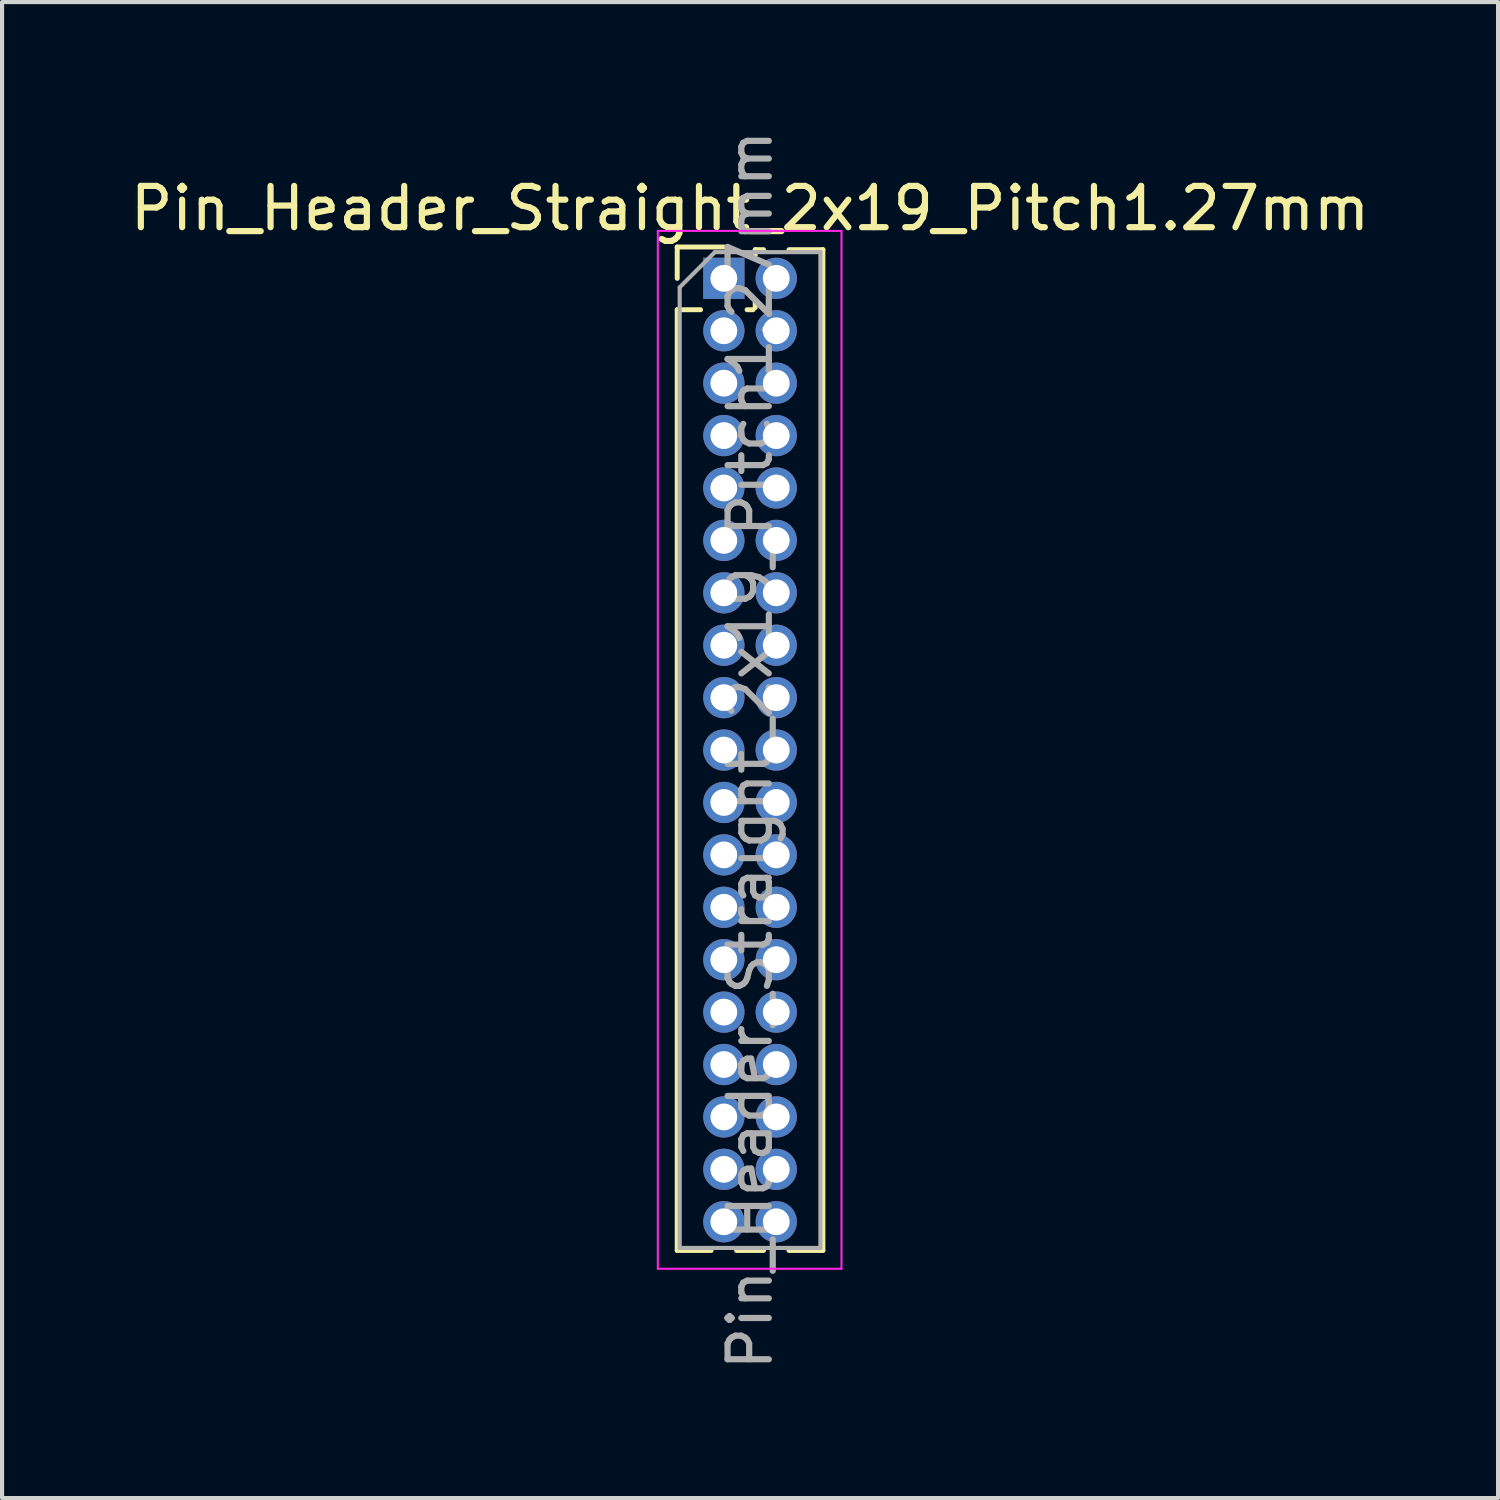
<source format=kicad_pcb>
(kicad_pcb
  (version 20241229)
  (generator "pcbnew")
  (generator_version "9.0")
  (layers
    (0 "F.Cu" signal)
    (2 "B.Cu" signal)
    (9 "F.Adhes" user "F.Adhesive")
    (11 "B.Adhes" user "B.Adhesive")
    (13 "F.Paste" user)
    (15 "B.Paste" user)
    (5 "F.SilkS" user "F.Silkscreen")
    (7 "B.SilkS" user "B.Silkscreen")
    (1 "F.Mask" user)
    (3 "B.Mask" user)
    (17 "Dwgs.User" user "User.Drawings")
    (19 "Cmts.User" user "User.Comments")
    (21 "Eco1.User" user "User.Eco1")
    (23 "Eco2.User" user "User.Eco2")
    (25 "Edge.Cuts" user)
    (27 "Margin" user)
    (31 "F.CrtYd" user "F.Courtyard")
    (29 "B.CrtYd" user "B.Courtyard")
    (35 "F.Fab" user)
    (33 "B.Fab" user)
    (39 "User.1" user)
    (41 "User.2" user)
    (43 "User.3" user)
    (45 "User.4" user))
  (footprint "Pin_Header_Straight_2x19_Pitch1.27mm"
    (layer "F.Cu")
    (at 14.49 3.695)
    (property "Reference" "Pin_Header_Straight_2x19_Pitch1.27mm" (at 0.635 -1.695 0) (layer "F.SilkS") (effects (font (size 1 1) (thickness 0.15))))
    (attr through_hole)
    (fp_line (start -1.13 -0.76) (end 0 -0.76) (stroke (width 0.12) (type solid)) (layer "F.SilkS"))
    (fp_line (start -1.13 0) (end -1.13 -0.76) (stroke (width 0.12) (type solid)) (layer "F.SilkS"))
    (fp_line (start -1.13 0.76) (end -1.13 23.555) (stroke (width 0.12) (type solid)) (layer "F.SilkS"))
    (fp_line (start -1.13 0.76) (end -0.563 0.76) (stroke (width 0.12) (type solid)) (layer "F.SilkS"))
    (fp_line (start -1.13 23.555) (end -0.308 23.555) (stroke (width 0.12) (type solid)) (layer "F.SilkS"))
    (fp_line (start 0.308 23.555) (end 0.962 23.555) (stroke (width 0.12) (type solid)) (layer "F.SilkS"))
    (fp_line (start 0.563 0.76) (end 0.707 0.76) (stroke (width 0.12) (type solid)) (layer "F.SilkS"))
    (fp_line (start 0.76 -0.695) (end 0.962 -0.695) (stroke (width 0.12) (type solid)) (layer "F.SilkS"))
    (fp_line (start 0.76 -0.563) (end 0.76 -0.695) (stroke (width 0.12) (type solid)) (layer "F.SilkS"))
    (fp_line (start 0.76 0.707) (end 0.76 0.563) (stroke (width 0.12) (type solid)) (layer "F.SilkS"))
    (fp_line (start 1.578 -0.695) (end 2.4 -0.695) (stroke (width 0.12) (type solid)) (layer "F.SilkS"))
    (fp_line (start 1.578 23.555) (end 2.4 23.555) (stroke (width 0.12) (type solid)) (layer "F.SilkS"))
    (fp_line (start 2.4 -0.695) (end 2.4 23.555) (stroke (width 0.12) (type solid)) (layer "F.SilkS"))
    (fp_line (start -1.6 -1.15) (end -1.6 24) (stroke (width 0.05) (type solid)) (layer "F.CrtYd"))
    (fp_line (start -1.6 24) (end 2.85 24) (stroke (width 0.05) (type solid)) (layer "F.CrtYd"))
    (fp_line (start 2.85 -1.15) (end -1.6 -1.15) (stroke (width 0.05) (type solid)) (layer "F.CrtYd"))
    (fp_line (start 2.85 24) (end 2.85 -1.15) (stroke (width 0.05) (type solid)) (layer "F.CrtYd"))
    (fp_line (start -1.07 0.217) (end -0.217 -0.635) (stroke (width 0.1) (type solid)) (layer "F.Fab"))
    (fp_line (start -1.07 23.495) (end -1.07 0.217) (stroke (width 0.1) (type solid)) (layer "F.Fab"))
    (fp_line (start -0.217 -0.635) (end 2.34 -0.635) (stroke (width 0.1) (type solid)) (layer "F.Fab"))
    (fp_line (start 2.34 -0.635) (end 2.34 23.495) (stroke (width 0.1) (type solid)) (layer "F.Fab"))
    (fp_line (start 2.34 23.495) (end -1.07 23.495) (stroke (width 0.1) (type solid)) (layer "F.Fab"))
    (fp_text user "${REFERENCE}" (at 0.635 11.43 90) (layer "F.Fab") (effects (font (size 1 1) (thickness 0.15))))
    (pad "1" thru_hole rect (at 0 0) (size 1 1) (drill 0.65) (layers "*.Cu" "*.Mask"))
    (pad "2" thru_hole oval (at 1.27 0) (size 1 1) (drill 0.65) (layers "*.Cu" "*.Mask"))
    (pad "3" thru_hole oval (at 0 1.27) (size 1 1) (drill 0.65) (layers "*.Cu" "*.Mask"))
    (pad "4" thru_hole oval (at 1.27 1.27) (size 1 1) (drill 0.65) (layers "*.Cu" "*.Mask"))
    (pad "5" thru_hole oval (at 0 2.54) (size 1 1) (drill 0.65) (layers "*.Cu" "*.Mask"))
    (pad "6" thru_hole oval (at 1.27 2.54) (size 1 1) (drill 0.65) (layers "*.Cu" "*.Mask"))
    (pad "7" thru_hole oval (at 0 3.81) (size 1 1) (drill 0.65) (layers "*.Cu" "*.Mask"))
    (pad "8" thru_hole oval (at 1.27 3.81) (size 1 1) (drill 0.65) (layers "*.Cu" "*.Mask"))
    (pad "9" thru_hole oval (at 0 5.08) (size 1 1) (drill 0.65) (layers "*.Cu" "*.Mask"))
    (pad "10" thru_hole oval (at 1.27 5.08) (size 1 1) (drill 0.65) (layers "*.Cu" "*.Mask"))
    (pad "11" thru_hole oval (at 0 6.35) (size 1 1) (drill 0.65) (layers "*.Cu" "*.Mask"))
    (pad "12" thru_hole oval (at 1.27 6.35) (size 1 1) (drill 0.65) (layers "*.Cu" "*.Mask"))
    (pad "13" thru_hole oval (at 0 7.62) (size 1 1) (drill 0.65) (layers "*.Cu" "*.Mask"))
    (pad "14" thru_hole oval (at 1.27 7.62) (size 1 1) (drill 0.65) (layers "*.Cu" "*.Mask"))
    (pad "15" thru_hole oval (at 0 8.89) (size 1 1) (drill 0.65) (layers "*.Cu" "*.Mask"))
    (pad "16" thru_hole oval (at 1.27 8.89) (size 1 1) (drill 0.65) (layers "*.Cu" "*.Mask"))
    (pad "17" thru_hole oval (at 0 10.16) (size 1 1) (drill 0.65) (layers "*.Cu" "*.Mask"))
    (pad "18" thru_hole oval (at 1.27 10.16) (size 1 1) (drill 0.65) (layers "*.Cu" "*.Mask"))
    (pad "19" thru_hole oval (at 0 11.43) (size 1 1) (drill 0.65) (layers "*.Cu" "*.Mask"))
    (pad "20" thru_hole oval (at 1.27 11.43) (size 1 1) (drill 0.65) (layers "*.Cu" "*.Mask"))
    (pad "21" thru_hole oval (at 0 12.7) (size 1 1) (drill 0.65) (layers "*.Cu" "*.Mask"))
    (pad "22" thru_hole oval (at 1.27 12.7) (size 1 1) (drill 0.65) (layers "*.Cu" "*.Mask"))
    (pad "23" thru_hole oval (at 0 13.97) (size 1 1) (drill 0.65) (layers "*.Cu" "*.Mask"))
    (pad "24" thru_hole oval (at 1.27 13.97) (size 1 1) (drill 0.65) (layers "*.Cu" "*.Mask"))
    (pad "25" thru_hole oval (at 0 15.24) (size 1 1) (drill 0.65) (layers "*.Cu" "*.Mask"))
    (pad "26" thru_hole oval (at 1.27 15.24) (size 1 1) (drill 0.65) (layers "*.Cu" "*.Mask"))
    (pad "27" thru_hole oval (at 0 16.51) (size 1 1) (drill 0.65) (layers "*.Cu" "*.Mask"))
    (pad "28" thru_hole oval (at 1.27 16.51) (size 1 1) (drill 0.65) (layers "*.Cu" "*.Mask"))
    (pad "29" thru_hole oval (at 0 17.78) (size 1 1) (drill 0.65) (layers "*.Cu" "*.Mask"))
    (pad "30" thru_hole oval (at 1.27 17.78) (size 1 1) (drill 0.65) (layers "*.Cu" "*.Mask"))
    (pad "31" thru_hole oval (at 0 19.05) (size 1 1) (drill 0.65) (layers "*.Cu" "*.Mask"))
    (pad "32" thru_hole oval (at 1.27 19.05) (size 1 1) (drill 0.65) (layers "*.Cu" "*.Mask"))
    (pad "33" thru_hole oval (at 0 20.32) (size 1 1) (drill 0.65) (layers "*.Cu" "*.Mask"))
    (pad "34" thru_hole oval (at 1.27 20.32) (size 1 1) (drill 0.65) (layers "*.Cu" "*.Mask"))
    (pad "35" thru_hole oval (at 0 21.59) (size 1 1) (drill 0.65) (layers "*.Cu" "*.Mask"))
    (pad "36" thru_hole oval (at 1.27 21.59) (size 1 1) (drill 0.65) (layers "*.Cu" "*.Mask"))
    (pad "37" thru_hole oval (at 0 22.86) (size 1 1) (drill 0.65) (layers "*.Cu" "*.Mask"))
    (pad "38" thru_hole oval (at 1.27 22.86) (size 1 1) (drill 0.65) (layers "*.Cu" "*.Mask")))
  (gr_rect
    (start -3 -3)
    (end 33.25 33.25)
    (stroke (width 0.1) (type default))
    (fill no)
    (layer "Edge.Cuts")))
</source>
